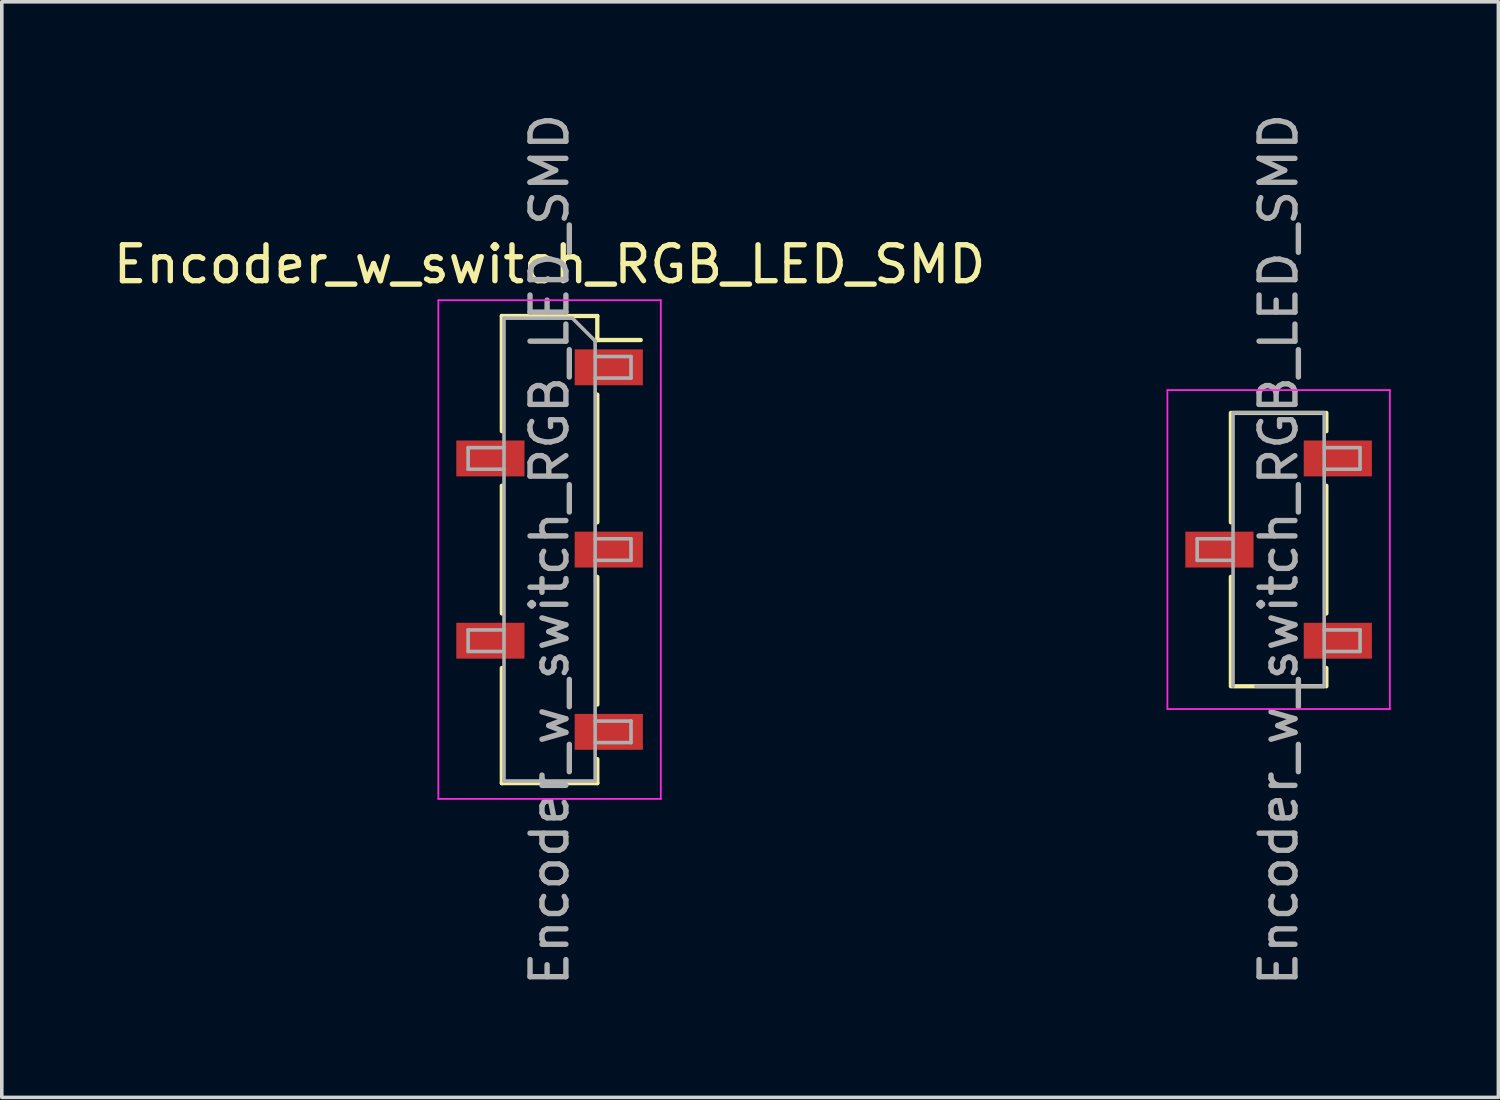
<source format=kicad_pcb>
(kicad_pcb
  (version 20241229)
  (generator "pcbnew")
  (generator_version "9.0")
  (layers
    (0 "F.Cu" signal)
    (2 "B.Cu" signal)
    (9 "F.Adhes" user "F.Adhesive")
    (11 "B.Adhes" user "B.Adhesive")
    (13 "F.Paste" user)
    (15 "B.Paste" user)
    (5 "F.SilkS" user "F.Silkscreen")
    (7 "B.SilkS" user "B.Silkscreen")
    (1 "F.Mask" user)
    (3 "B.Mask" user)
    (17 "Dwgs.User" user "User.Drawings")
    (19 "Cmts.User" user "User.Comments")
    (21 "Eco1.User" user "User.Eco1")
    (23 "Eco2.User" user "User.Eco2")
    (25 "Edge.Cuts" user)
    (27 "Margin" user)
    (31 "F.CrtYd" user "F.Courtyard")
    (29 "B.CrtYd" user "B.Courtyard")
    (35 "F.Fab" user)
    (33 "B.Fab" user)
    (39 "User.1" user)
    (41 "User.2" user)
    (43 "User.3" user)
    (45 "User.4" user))
  (footprint "Encoder_w_switch_RGB_LED_SMD"
    (layer "F.Cu")
    (at 22.428 12.268)
    (property "Reference" "Encoder_w_switch_RGB_LED_SMD" (at -10.16 -7.95 0) (layer "F.SilkS") (effects (font (size 1 1) (thickness 0.15))))
    (attr smd)
    (fp_line (start -11.49 -6.51) (end -11.49 -3.3) (stroke (width 0.12) (type solid)) (layer "F.SilkS"))
    (fp_line (start -11.49 -6.51) (end -8.83 -6.51) (stroke (width 0.12) (type solid)) (layer "F.SilkS"))
    (fp_line (start -11.49 -1.78) (end -11.49 1.78) (stroke (width 0.12) (type solid)) (layer "F.SilkS"))
    (fp_line (start -11.49 3.3) (end -11.49 6.51) (stroke (width 0.12) (type solid)) (layer "F.SilkS"))
    (fp_line (start -11.49 6.51) (end -8.83 6.51) (stroke (width 0.12) (type solid)) (layer "F.SilkS"))
    (fp_line (start -8.83 -6.51) (end -8.83 -5.84) (stroke (width 0.12) (type solid)) (layer "F.SilkS"))
    (fp_line (start -8.83 -5.84) (end -7.62 -5.84) (stroke (width 0.12) (type solid)) (layer "F.SilkS"))
    (fp_line (start -8.83 -4.32) (end -8.83 -0.76) (stroke (width 0.12) (type solid)) (layer "F.SilkS"))
    (fp_line (start -8.83 0.76) (end -8.83 4.32) (stroke (width 0.12) (type solid)) (layer "F.SilkS"))
    (fp_line (start -8.83 5.84) (end -8.83 6.51) (stroke (width 0.12) (type solid)) (layer "F.SilkS"))
    (fp_line (start 8.83 -0.76) (end 8.83 -3.81) (stroke (width 0.12) (type solid)) (layer "F.SilkS"))
    (fp_line (start 8.83 3.81) (end 8.83 0.76) (stroke (width 0.12) (type solid)) (layer "F.SilkS"))
    (fp_line (start 11.43 -3.81) (end 8.89 -3.81) (stroke (width 0.12) (type solid)) (layer "F.SilkS"))
    (fp_line (start 11.43 3.81) (end 8.89 3.81) (stroke (width 0.12) (type solid)) (layer "F.SilkS"))
    (fp_line (start 11.49 -3.3) (end 11.49 -3.81) (stroke (width 0.12) (type solid)) (layer "F.SilkS"))
    (fp_line (start 11.49 1.78) (end 11.49 -1.78) (stroke (width 0.12) (type solid)) (layer "F.SilkS"))
    (fp_line (start 11.49 3.81) (end 11.49 3.3) (stroke (width 0.12) (type solid)) (layer "F.SilkS"))
    (fp_line (start -13.26 -6.95) (end -7.06 -6.95) (stroke (width 0.05) (type solid)) (layer "F.CrtYd"))
    (fp_line (start -13.26 6.95) (end -13.26 -6.95) (stroke (width 0.05) (type solid)) (layer "F.CrtYd"))
    (fp_line (start -7.06 -6.95) (end -7.06 6.95) (stroke (width 0.05) (type solid)) (layer "F.CrtYd"))
    (fp_line (start -7.06 6.95) (end -13.26 6.95) (stroke (width 0.05) (type solid)) (layer "F.CrtYd"))
    (fp_line (start 7.06 -4.445) (end 13.26 -4.445) (stroke (width 0.05) (type solid)) (layer "F.CrtYd"))
    (fp_line (start 7.06 4.445) (end 7.06 -4.445) (stroke (width 0.05) (type solid)) (layer "F.CrtYd"))
    (fp_line (start 13.26 -4.445) (end 13.26 4.445) (stroke (width 0.05) (type solid)) (layer "F.CrtYd"))
    (fp_line (start 13.26 4.445) (end 7.06 4.445) (stroke (width 0.05) (type solid)) (layer "F.CrtYd"))
    (fp_line (start -12.43 -2.84) (end -11.43 -2.84) (stroke (width 0.1) (type solid)) (layer "F.Fab"))
    (fp_line (start -12.43 -2.24) (end -12.43 -2.84) (stroke (width 0.1) (type solid)) (layer "F.Fab"))
    (fp_line (start -12.43 2.24) (end -11.43 2.24) (stroke (width 0.1) (type solid)) (layer "F.Fab"))
    (fp_line (start -12.43 2.84) (end -12.43 2.24) (stroke (width 0.1) (type solid)) (layer "F.Fab"))
    (fp_line (start -11.43 -6.45) (end -9.525 -6.45) (stroke (width 0.1) (type solid)) (layer "F.Fab"))
    (fp_line (start -11.43 -2.24) (end -12.43 -2.24) (stroke (width 0.1) (type solid)) (layer "F.Fab"))
    (fp_line (start -11.43 2.84) (end -12.43 2.84) (stroke (width 0.1) (type solid)) (layer "F.Fab"))
    (fp_line (start -11.43 6.45) (end -11.43 -6.45) (stroke (width 0.1) (type solid)) (layer "F.Fab"))
    (fp_line (start -9.525 -6.45) (end -8.89 -5.815) (stroke (width 0.1) (type solid)) (layer "F.Fab"))
    (fp_line (start -8.89 -5.815) (end -8.89 6.45) (stroke (width 0.1) (type solid)) (layer "F.Fab"))
    (fp_line (start -8.89 -5.38) (end -7.89 -5.38) (stroke (width 0.1) (type solid)) (layer "F.Fab"))
    (fp_line (start -8.89 -0.3) (end -7.89 -0.3) (stroke (width 0.1) (type solid)) (layer "F.Fab"))
    (fp_line (start -8.89 4.78) (end -7.89 4.78) (stroke (width 0.1) (type solid)) (layer "F.Fab"))
    (fp_line (start -8.89 6.45) (end -11.43 6.45) (stroke (width 0.1) (type solid)) (layer "F.Fab"))
    (fp_line (start -7.89 -5.38) (end -7.89 -4.78) (stroke (width 0.1) (type solid)) (layer "F.Fab"))
    (fp_line (start -7.89 -4.78) (end -8.89 -4.78) (stroke (width 0.1) (type solid)) (layer "F.Fab"))
    (fp_line (start -7.89 -0.3) (end -7.89 0.3) (stroke (width 0.1) (type solid)) (layer "F.Fab"))
    (fp_line (start -7.89 0.3) (end -8.89 0.3) (stroke (width 0.1) (type solid)) (layer "F.Fab"))
    (fp_line (start -7.89 4.78) (end -7.89 5.38) (stroke (width 0.1) (type solid)) (layer "F.Fab"))
    (fp_line (start -7.89 5.38) (end -8.89 5.38) (stroke (width 0.1) (type solid)) (layer "F.Fab"))
    (fp_line (start 7.89 -0.3) (end 8.89 -0.3) (stroke (width 0.1) (type solid)) (layer "F.Fab"))
    (fp_line (start 7.89 0.3) (end 7.89 -0.3) (stroke (width 0.1) (type solid)) (layer "F.Fab"))
    (fp_line (start 8.89 -3.81) (end 11.43 -3.81) (stroke (width 0.1) (type solid)) (layer "F.Fab"))
    (fp_line (start 8.89 0.3) (end 7.89 0.3) (stroke (width 0.1) (type solid)) (layer "F.Fab"))
    (fp_line (start 8.89 3.81) (end 8.89 -3.81) (stroke (width 0.1) (type solid)) (layer "F.Fab"))
    (fp_line (start 11.43 -3.81) (end 11.43 3.81) (stroke (width 0.1) (type solid)) (layer "F.Fab"))
    (fp_line (start 11.43 -2.84) (end 12.43 -2.84) (stroke (width 0.1) (type solid)) (layer "F.Fab"))
    (fp_line (start 11.43 2.24) (end 12.43 2.24) (stroke (width 0.1) (type solid)) (layer "F.Fab"))
    (fp_line (start 11.43 3.81) (end 9.525 3.81) (stroke (width 0.1) (type solid)) (layer "F.Fab"))
    (fp_line (start 12.43 -2.84) (end 12.43 -2.24) (stroke (width 0.1) (type solid)) (layer "F.Fab"))
    (fp_line (start 12.43 -2.24) (end 11.43 -2.24) (stroke (width 0.1) (type solid)) (layer "F.Fab"))
    (fp_line (start 12.43 2.24) (end 12.43 2.84) (stroke (width 0.1) (type solid)) (layer "F.Fab"))
    (fp_line (start 12.43 2.84) (end 11.43 2.84) (stroke (width 0.1) (type solid)) (layer "F.Fab"))
    (fp_text user "${REFERENCE}" (at 10.16 0 270) (layer "F.Fab") (effects (font (size 1 1) (thickness 0.15))))
    (fp_text user "${REFERENCE}" (at -10.16 0 90) (layer "F.Fab") (effects (font (size 1 1) (thickness 0.15))))
    (pad "1" smd rect (at -11.81 2.54) (size 1.9 1) (layers "F.Cu" "F.Mask" "F.Paste"))
    (pad "2" smd rect (at -8.51 0) (size 1.9 1) (layers "F.Cu" "F.Mask" "F.Paste"))
    (pad "3" smd rect (at -8.51 -5.08) (size 1.9 1) (layers "F.Cu" "F.Mask" "F.Paste"))
    (pad "4" smd rect (at -11.81 -2.54) (size 1.9 1) (layers "F.Cu" "F.Mask" "F.Paste"))
    (pad "5" smd rect (at -8.51 5.08) (size 1.9 1) (layers "F.Cu" "F.Mask" "F.Paste"))
    (pad "A" smd rect (at 11.81 2.54 180) (size 1.9 1) (layers "F.Cu" "F.Mask" "F.Paste"))
    (pad "B" smd rect (at 11.81 -2.54 180) (size 1.9 1) (layers "F.Cu" "F.Mask" "F.Paste"))
    (pad "C" smd rect (at 8.51 0 180) (size 1.9 1) (layers "F.Cu" "F.Mask" "F.Paste")))
  (gr_rect
    (start -3 -3)
    (end 38.713 27.536)
    (stroke (width 0.1) (type default))
    (fill no)
    (layer "Edge.Cuts")))
</source>
